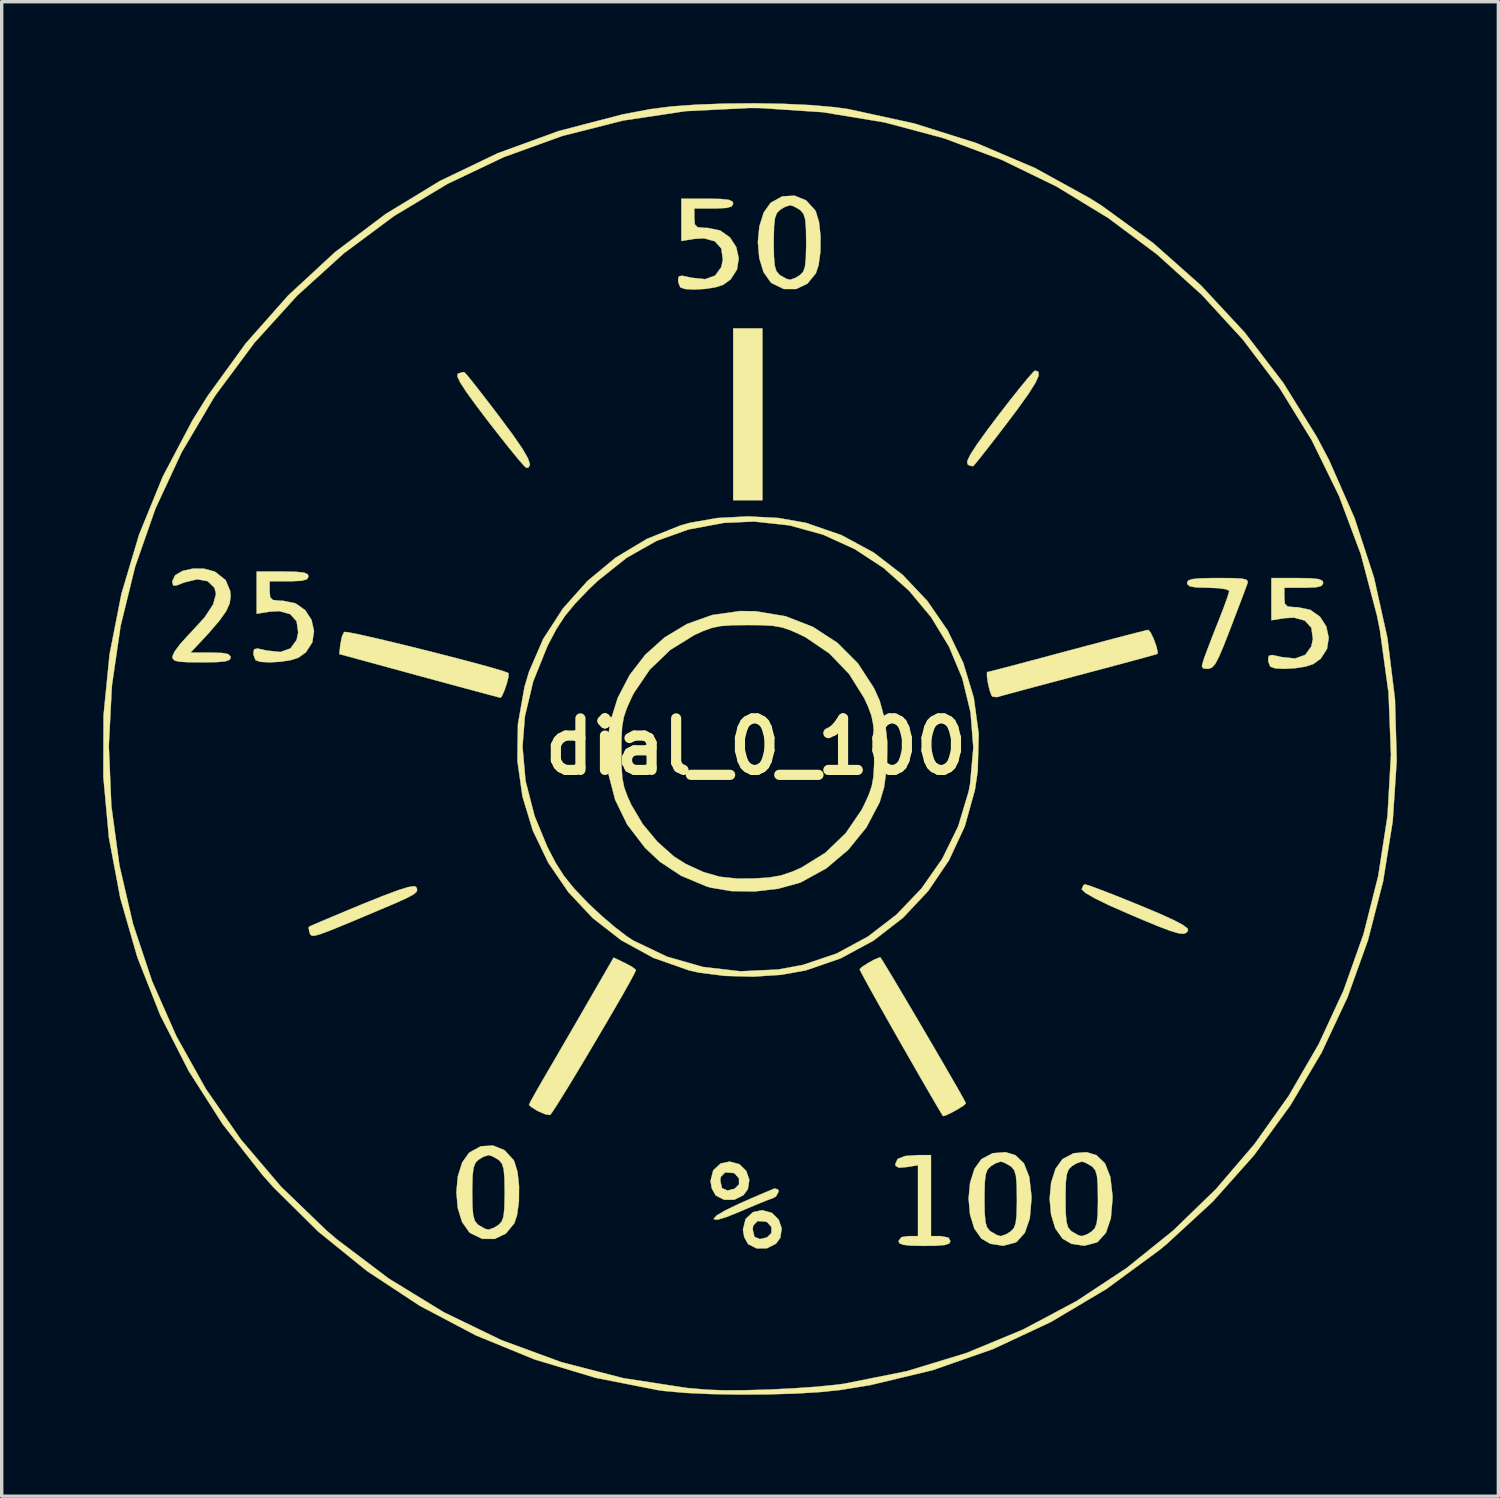
<source format=kicad_pcb>
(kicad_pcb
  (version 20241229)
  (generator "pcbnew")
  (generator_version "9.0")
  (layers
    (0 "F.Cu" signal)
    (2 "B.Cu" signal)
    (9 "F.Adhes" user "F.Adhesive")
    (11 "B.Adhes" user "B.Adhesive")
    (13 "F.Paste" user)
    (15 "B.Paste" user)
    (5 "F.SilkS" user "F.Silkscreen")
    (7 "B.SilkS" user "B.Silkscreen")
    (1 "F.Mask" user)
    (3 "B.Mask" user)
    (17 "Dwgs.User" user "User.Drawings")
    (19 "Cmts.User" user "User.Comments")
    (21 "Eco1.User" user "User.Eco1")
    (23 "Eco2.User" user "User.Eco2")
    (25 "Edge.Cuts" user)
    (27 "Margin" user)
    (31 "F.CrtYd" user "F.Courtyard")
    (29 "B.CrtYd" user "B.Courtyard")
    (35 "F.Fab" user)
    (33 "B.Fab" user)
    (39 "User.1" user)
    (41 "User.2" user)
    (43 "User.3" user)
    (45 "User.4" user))
  (footprint "dial_0_100"
    (layer "F.Cu")
    (at 19.299 19.024)
    (property "Reference" "dial_0_100" (at 0 0 0) (layer "F.SilkS") (effects (font (size 1.524 1.524) (thickness 0.3))))
    (attr through_hole)
    (fp_poly (pts (xy 0.192 -7.285) (xy -0.671 -7.285) (xy -0.671 -12.365) (xy 0.192 -12.365) (xy 0.192 -7.285)) (stroke (width 0.01) (type solid)) (fill yes) (layer "F.SilkS"))
    (fp_poly (pts (xy 0.655 13.094) (xy 0.671 13.158) (xy 0.592 13.302) (xy 0.503 13.349) (xy 0.343 13.407) (xy 0.058 13.522) (xy -0.301 13.673) (xy -0.455 13.74) (xy -0.873 13.909) (xy -1.133 13.987) (xy -1.241 13.974) (xy -1.246 13.957) (xy -1.16 13.861) (xy -0.901 13.71) (xy -0.467 13.501) (xy 0.146 13.234) (xy 0.551 13.064) (xy 0.655 13.094)) (stroke (width 0.01) (type solid)) (fill yes) (layer "F.SilkS"))
    (fp_poly (pts (xy 8.352 -11.083) (xy 8.359 -10.968) (xy 8.266 -10.759) (xy 8.068 -10.443) (xy 7.756 -10.006) (xy 7.468 -9.622) (xy 7.14 -9.193) (xy 6.85 -8.82) (xy 6.62 -8.528) (xy 6.469 -8.343) (xy 6.42 -8.29) (xy 6.307 -8.312) (xy 6.253 -8.355) (xy 6.25 -8.447) (xy 6.342 -8.637) (xy 6.537 -8.938) (xy 6.843 -9.363) (xy 7.164 -9.789) (xy 7.498 -10.221) (xy 7.794 -10.594) (xy 8.033 -10.885) (xy 8.193 -11.067) (xy 8.253 -11.118) (xy 8.352 -11.083)) (stroke (width 0.01) (type solid)) (fill yes) (layer "F.SilkS"))
    (fp_poly (pts (xy -8.612 -11.061) (xy -8.533 -10.974) (xy -8.359 -10.759) (xy -8.112 -10.443) (xy -7.811 -10.053) (xy -7.567 -9.732) (xy -7.174 -9.201) (xy -6.9 -8.802) (xy -6.738 -8.52) (xy -6.68 -8.343) (xy -6.72 -8.257) (xy -6.789 -8.243) (xy -6.867 -8.315) (xy -7.041 -8.516) (xy -7.29 -8.821) (xy -7.596 -9.206) (xy -7.899 -9.595) (xy -8.291 -10.113) (xy -8.57 -10.5) (xy -8.745 -10.77) (xy -8.824 -10.939) (xy -8.819 -11.021) (xy -8.811 -11.027) (xy -8.658 -11.073) (xy -8.612 -11.061)) (stroke (width 0.01) (type solid)) (fill yes) (layer "F.SilkS"))
    (fp_poly (pts (xy 5.176 14.473) (xy 5.463 14.473) (xy 5.692 14.516) (xy 5.751 14.617) (xy 5.715 14.691) (xy 5.584 14.735) (xy 5.324 14.756) (xy 4.984 14.761) (xy 4.591 14.754) (xy 4.355 14.729) (xy 4.242 14.681) (xy 4.217 14.617) (xy 4.303 14.503) (xy 4.505 14.473) (xy 4.792 14.473) (xy 4.792 12.377) (xy 4.457 12.431) (xy 4.225 12.45) (xy 4.131 12.395) (xy 4.122 12.339) (xy 4.192 12.189) (xy 4.413 12.104) (xy 4.8 12.077) (xy 5.176 12.077) (xy 5.176 14.473)) (stroke (width 0.01) (type solid)) (fill yes) (layer "F.SilkS"))
    (fp_poly (pts (xy 9.854 4.108) (xy 10.118 4.205) (xy 10.496 4.35) (xy 10.957 4.534) (xy 11.332 4.686) (xy 11.932 4.938) (xy 12.363 5.134) (xy 12.636 5.28) (xy 12.765 5.382) (xy 12.777 5.429) (xy 12.73 5.502) (xy 12.644 5.535) (xy 12.494 5.519) (xy 12.256 5.448) (xy 11.907 5.317) (xy 11.423 5.117) (xy 11.023 4.947) (xy 10.442 4.691) (xy 10.01 4.48) (xy 9.737 4.321) (xy 9.633 4.22) (xy 9.633 4.214) (xy 9.689 4.089) (xy 9.735 4.074) (xy 9.854 4.108)) (stroke (width 0.01) (type solid)) (fill yes) (layer "F.SilkS"))
    (fp_poly (pts (xy -0.486 12.347) (xy -0.285 12.546) (xy -0.195 12.81) (xy -0.238 13.084) (xy -0.367 13.26) (xy -0.634 13.395) (xy -0.937 13.399) (xy -1.188 13.271) (xy -1.191 13.268) (xy -1.304 13.062) (xy -1.342 12.844) (xy -1.339 12.833) (xy -1.054 12.833) (xy -1.003 13.055) (xy -0.841 13.124) (xy -0.631 13.073) (xy -0.5 12.944) (xy -0.5 12.767) (xy -0.624 12.624) (xy -0.67 12.604) (xy -0.911 12.589) (xy -1.039 12.721) (xy -1.054 12.833) (xy -1.339 12.833) (xy -1.262 12.526) (xy -1.043 12.325) (xy -0.775 12.269) (xy -0.486 12.347)) (stroke (width 0.01) (type solid)) (fill yes) (layer "F.SilkS"))
    (fp_poly (pts (xy 0.472 13.785) (xy 0.673 13.983) (xy 0.763 14.247) (xy 0.72 14.522) (xy 0.592 14.698) (xy 0.324 14.832) (xy 0.022 14.836) (xy -0.23 14.709) (xy -0.233 14.706) (xy -0.346 14.5) (xy -0.383 14.282) (xy -0.381 14.271) (xy -0.096 14.271) (xy -0.044 14.493) (xy 0.117 14.561) (xy 0.328 14.511) (xy 0.459 14.382) (xy 0.459 14.204) (xy 0.335 14.062) (xy 0.288 14.042) (xy 0.048 14.027) (xy -0.08 14.159) (xy -0.096 14.271) (xy -0.381 14.271) (xy -0.304 13.963) (xy -0.085 13.763) (xy 0.184 13.706) (xy 0.472 13.785)) (stroke (width 0.01) (type solid)) (fill yes) (layer "F.SilkS"))
    (fp_poly (pts (xy -12.071 -3.382) (xy -11.813 -3.333) (xy -11.43 -3.248) (xy -10.952 -3.137) (xy -10.409 -3.006) (xy -9.832 -2.863) (xy -9.25 -2.716) (xy -8.694 -2.572) (xy -8.193 -2.439) (xy -7.778 -2.324) (xy -7.48 -2.235) (xy -7.327 -2.179) (xy -7.315 -2.171) (xy -7.315 -2.066) (xy -7.365 -1.866) (xy -7.44 -1.647) (xy -7.514 -1.485) (xy -7.553 -1.446) (xy -7.66 -1.473) (xy -7.927 -1.544) (xy -8.327 -1.651) (xy -8.836 -1.788) (xy -9.428 -1.949) (xy -9.968 -2.096) (xy -12.317 -2.736) (xy -12.286 -3.021) (xy -12.239 -3.254) (xy -12.174 -3.39) (xy -12.071 -3.382)) (stroke (width 0.01) (type solid)) (fill yes) (layer "F.SilkS"))
    (fp_poly (pts (xy -10.048 4.148) (xy -10.014 4.224) (xy -10.033 4.294) (xy -10.129 4.374) (xy -10.327 4.479) (xy -10.65 4.625) (xy -11.125 4.827) (xy -11.168 4.845) (xy -11.804 5.113) (xy -12.287 5.314) (xy -12.637 5.455) (xy -12.877 5.544) (xy -13.031 5.587) (xy -13.119 5.592) (xy -13.164 5.567) (xy -13.19 5.519) (xy -13.194 5.507) (xy -13.225 5.362) (xy -13.215 5.328) (xy -13.119 5.282) (xy -12.875 5.177) (xy -12.513 5.024) (xy -12.062 4.835) (xy -11.649 4.664) (xy -11.041 4.419) (xy -10.59 4.25) (xy -10.284 4.154) (xy -10.106 4.126) (xy -10.048 4.148)) (stroke (width 0.01) (type solid)) (fill yes) (layer "F.SilkS"))
    (fp_poly (pts (xy -3.877 6.396) (xy -3.665 6.509) (xy -3.553 6.595) (xy -3.548 6.607) (xy -3.596 6.715) (xy -3.727 6.958) (xy -3.924 7.31) (xy -4.173 7.742) (xy -4.457 8.228) (xy -4.76 8.742) (xy -5.065 9.256) (xy -5.358 9.744) (xy -5.622 10.177) (xy -5.842 10.531) (xy -6 10.776) (xy -6.081 10.887) (xy -6.087 10.891) (xy -6.231 10.869) (xy -6.446 10.776) (xy -6.446 10.776) (xy -6.629 10.665) (xy -6.709 10.593) (xy -6.709 10.591) (xy -6.664 10.496) (xy -6.542 10.274) (xy -6.365 9.963) (xy -6.244 9.756) (xy -6.027 9.383) (xy -5.745 8.898) (xy -5.429 8.354) (xy -5.111 7.804) (xy -4.993 7.6) (xy -4.207 6.238) (xy -3.877 6.396)) (stroke (width 0.01) (type solid)) (fill yes) (layer "F.SilkS"))
    (fp_poly (pts (xy 3.731 6.309) (xy 3.865 6.527) (xy 4.064 6.857) (xy 4.312 7.275) (xy 4.594 7.751) (xy 4.895 8.262) (xy 5.197 8.778) (xy 5.487 9.275) (xy 5.748 9.726) (xy 5.965 10.103) (xy 6.122 10.382) (xy 6.203 10.534) (xy 6.208 10.544) (xy 6.146 10.608) (xy 5.978 10.715) (xy 5.773 10.828) (xy 5.599 10.908) (xy 5.532 10.924) (xy 5.481 10.843) (xy 5.348 10.618) (xy 5.145 10.271) (xy 4.886 9.823) (xy 4.584 9.296) (xy 4.289 8.782) (xy 3.959 8.201) (xy 3.662 7.676) (xy 3.412 7.229) (xy 3.221 6.882) (xy 3.102 6.659) (xy 3.067 6.583) (xy 3.142 6.509) (xy 3.315 6.398) (xy 3.512 6.291) (xy 3.659 6.232) (xy 3.677 6.23) (xy 3.731 6.309)) (stroke (width 0.01) (type solid)) (fill yes) (layer "F.SilkS"))
    (fp_poly (pts (xy 11.671 -3.372) (xy 11.76 -3.186) (xy 11.839 -2.968) (xy 11.879 -2.796) (xy 11.871 -2.743) (xy 11.773 -2.713) (xy 11.515 -2.641) (xy 11.122 -2.534) (xy 10.62 -2.399) (xy 10.035 -2.243) (xy 9.537 -2.111) (xy 8.899 -1.941) (xy 8.319 -1.787) (xy 7.826 -1.655) (xy 7.444 -1.552) (xy 7.202 -1.485) (xy 7.126 -1.463) (xy 6.992 -1.479) (xy 6.97 -1.503) (xy 6.913 -1.654) (xy 6.862 -1.871) (xy 6.831 -2.077) (xy 6.833 -2.197) (xy 6.842 -2.205) (xy 6.945 -2.228) (xy 7.207 -2.296) (xy 7.604 -2.399) (xy 8.109 -2.533) (xy 8.697 -2.69) (xy 9.209 -2.828) (xy 9.847 -2.998) (xy 10.423 -3.151) (xy 10.913 -3.28) (xy 11.29 -3.377) (xy 11.528 -3.435) (xy 11.602 -3.451) (xy 11.671 -3.372)) (stroke (width 0.01) (type solid)) (fill yes) (layer "F.SilkS"))
    (fp_poly (pts (xy 14.094 -4.981) (xy 14.359 -4.968) (xy 14.498 -4.938) (xy 14.543 -4.885) (xy 14.53 -4.816) (xy 14.474 -4.667) (xy 14.366 -4.378) (xy 14.218 -3.989) (xy 14.047 -3.54) (xy 14.022 -3.475) (xy 13.833 -2.99) (xy 13.692 -2.658) (xy 13.583 -2.451) (xy 13.489 -2.342) (xy 13.396 -2.303) (xy 13.357 -2.3) (xy 13.222 -2.312) (xy 13.185 -2.382) (xy 13.234 -2.561) (xy 13.269 -2.66) (xy 13.367 -2.923) (xy 13.509 -3.292) (xy 13.668 -3.694) (xy 13.696 -3.765) (xy 13.833 -4.118) (xy 13.937 -4.406) (xy 13.99 -4.579) (xy 13.994 -4.603) (xy 13.907 -4.651) (xy 13.678 -4.684) (xy 13.371 -4.697) (xy 13.021 -4.706) (xy 12.827 -4.74) (xy 12.752 -4.808) (xy 12.748 -4.84) (xy 12.78 -4.909) (xy 12.899 -4.952) (xy 13.135 -4.975) (xy 13.522 -4.984) (xy 13.669 -4.984) (xy 14.094 -4.981)) (stroke (width 0.01) (type solid)) (fill yes) (layer "F.SilkS"))
    (fp_poly (pts (xy -13.601 -5.169) (xy -13.364 -5.145) (xy -13.252 -5.096) (xy -13.227 -5.032) (xy -13.271 -4.949) (xy -13.428 -4.904) (xy -13.733 -4.889) (xy -13.802 -4.888) (xy -14.377 -4.888) (xy -14.377 -4.601) (xy -14.362 -4.417) (xy -14.281 -4.335) (xy -14.08 -4.314) (xy -13.99 -4.313) (xy -13.612 -4.236) (xy -13.324 -4.033) (xy -13.138 -3.745) (xy -13.065 -3.414) (xy -13.116 -3.081) (xy -13.304 -2.79) (xy -13.523 -2.631) (xy -13.752 -2.557) (xy -14.062 -2.509) (xy -14.384 -2.491) (xy -14.652 -2.507) (xy -14.793 -2.556) (xy -14.849 -2.698) (xy -14.857 -2.782) (xy -14.834 -2.879) (xy -14.734 -2.9) (xy -14.507 -2.851) (xy -14.468 -2.841) (xy -14.061 -2.797) (xy -13.761 -2.903) (xy -13.58 -3.153) (xy -13.533 -3.376) (xy -13.579 -3.704) (xy -13.771 -3.918) (xy -14.094 -4.006) (xy -14.379 -3.989) (xy -14.761 -3.928) (xy -14.761 -5.176) (xy -13.994 -5.176) (xy -13.601 -5.169)) (stroke (width 0.01) (type solid)) (fill yes) (layer "F.SilkS"))
    (fp_poly (pts (xy -1.044 -16.192) (xy -0.808 -16.167) (xy -0.695 -16.118) (xy -0.671 -16.055) (xy -0.715 -15.971) (xy -0.872 -15.926) (xy -1.177 -15.911) (xy -1.246 -15.911) (xy -1.821 -15.911) (xy -1.821 -15.623) (xy -1.806 -15.44) (xy -1.725 -15.358) (xy -1.523 -15.336) (xy -1.433 -15.336) (xy -1.056 -15.259) (xy -0.768 -15.055) (xy -0.581 -14.767) (xy -0.508 -14.436) (xy -0.56 -14.104) (xy -0.748 -13.812) (xy -0.967 -13.654) (xy -1.196 -13.58) (xy -1.505 -13.532) (xy -1.828 -13.514) (xy -2.096 -13.529) (xy -2.236 -13.579) (xy -2.293 -13.721) (xy -2.3 -13.805) (xy -2.278 -13.902) (xy -2.178 -13.922) (xy -1.951 -13.874) (xy -1.911 -13.863) (xy -1.505 -13.819) (xy -1.205 -13.926) (xy -1.024 -14.176) (xy -0.977 -14.399) (xy -1.023 -14.727) (xy -1.215 -14.941) (xy -1.538 -15.029) (xy -1.823 -15.011) (xy -2.205 -14.95) (xy -2.205 -16.198) (xy -1.438 -16.198) (xy -1.044 -16.192)) (stroke (width 0.01) (type solid)) (fill yes) (layer "F.SilkS"))
    (fp_poly (pts (xy 16.4 -4.977) (xy 16.636 -4.953) (xy 16.749 -4.904) (xy 16.774 -4.84) (xy 16.729 -4.757) (xy 16.573 -4.712) (xy 16.268 -4.697) (xy 16.198 -4.697) (xy 15.623 -4.697) (xy 15.623 -4.409) (xy 15.638 -4.225) (xy 15.719 -4.143) (xy 15.921 -4.122) (xy 16.011 -4.122) (xy 16.389 -4.044) (xy 16.677 -3.841) (xy 16.863 -3.553) (xy 16.936 -3.222) (xy 16.885 -2.89) (xy 16.697 -2.598) (xy 16.477 -2.44) (xy 16.249 -2.366) (xy 15.939 -2.318) (xy 15.616 -2.299) (xy 15.349 -2.315) (xy 15.208 -2.364) (xy 15.152 -2.506) (xy 15.144 -2.591) (xy 15.167 -2.687) (xy 15.267 -2.708) (xy 15.493 -2.66) (xy 15.533 -2.649) (xy 15.94 -2.605) (xy 16.24 -2.712) (xy 16.421 -2.961) (xy 16.468 -3.184) (xy 16.422 -3.513) (xy 16.23 -3.726) (xy 15.907 -3.814) (xy 15.622 -3.797) (xy 15.24 -3.736) (xy 15.24 -4.984) (xy 16.007 -4.984) (xy 16.4 -4.977)) (stroke (width 0.01) (type solid)) (fill yes) (layer "F.SilkS"))
    (fp_poly (pts (xy -16.317 -5.261) (xy -16.013 -5.178) (xy -15.977 -5.16) (xy -15.678 -4.923) (xy -15.543 -4.6) (xy -15.531 -4.44) (xy -15.559 -4.234) (xy -15.662 -4.006) (xy -15.86 -3.726) (xy -16.171 -3.364) (xy -16.379 -3.139) (xy -16.717 -2.78) (xy -16.122 -2.78) (xy -15.782 -2.769) (xy -15.596 -2.732) (xy -15.53 -2.66) (xy -15.528 -2.636) (xy -15.561 -2.566) (xy -15.684 -2.522) (xy -15.928 -2.499) (xy -16.328 -2.492) (xy -16.39 -2.492) (xy -16.802 -2.496) (xy -17.059 -2.513) (xy -17.195 -2.549) (xy -17.247 -2.613) (xy -17.253 -2.663) (xy -17.188 -2.809) (xy -17.016 -3.039) (xy -16.773 -3.308) (xy -16.728 -3.353) (xy -16.302 -3.818) (xy -16.047 -4.205) (xy -15.963 -4.516) (xy -16.006 -4.694) (xy -16.211 -4.892) (xy -16.519 -4.947) (xy -16.9 -4.854) (xy -16.904 -4.852) (xy -17.128 -4.766) (xy -17.227 -4.763) (xy -17.252 -4.851) (xy -17.253 -4.896) (xy -17.168 -5.069) (xy -16.948 -5.196) (xy -16.646 -5.263) (xy -16.317 -5.261)) (stroke (width 0.01) (type solid)) (fill yes) (layer "F.SilkS"))
    (fp_poly (pts (xy 7.673 12.08) (xy 7.924 12.321) (xy 8.082 12.723) (xy 8.146 13.275) (xy 8.147 13.371) (xy 8.098 13.945) (xy 7.953 14.37) (xy 7.717 14.636) (xy 7.673 14.662) (xy 7.31 14.757) (xy 6.93 14.699) (xy 6.667 14.545) (xy 6.456 14.246) (xy 6.33 13.833) (xy 6.289 13.371) (xy 6.757 13.371) (xy 6.763 13.786) (xy 6.786 14.053) (xy 6.835 14.216) (xy 6.918 14.317) (xy 6.943 14.337) (xy 7.131 14.444) (xy 7.237 14.473) (xy 7.392 14.421) (xy 7.53 14.337) (xy 7.622 14.244) (xy 7.678 14.099) (xy 7.706 13.861) (xy 7.716 13.485) (xy 7.716 13.371) (xy 7.71 12.956) (xy 7.687 12.689) (xy 7.638 12.526) (xy 7.555 12.424) (xy 7.53 12.405) (xy 7.342 12.298) (xy 7.237 12.269) (xy 7.081 12.321) (xy 6.943 12.405) (xy 6.851 12.498) (xy 6.795 12.642) (xy 6.767 12.881) (xy 6.758 13.257) (xy 6.757 13.371) (xy 6.289 13.371) (xy 6.288 13.363) (xy 6.332 12.894) (xy 6.461 12.484) (xy 6.666 12.197) (xy 6.999 12.021) (xy 7.382 11.991) (xy 7.673 12.08)) (stroke (width 0.01) (type solid)) (fill yes) (layer "F.SilkS"))
    (fp_poly (pts (xy 10.069 12.08) (xy 10.32 12.321) (xy 10.479 12.723) (xy 10.542 13.275) (xy 10.543 13.371) (xy 10.494 13.945) (xy 10.35 14.37) (xy 10.113 14.636) (xy 10.069 14.662) (xy 9.706 14.757) (xy 9.326 14.699) (xy 9.063 14.545) (xy 8.852 14.246) (xy 8.726 13.833) (xy 8.685 13.371) (xy 9.154 13.371) (xy 9.159 13.786) (xy 9.183 14.053) (xy 9.231 14.216) (xy 9.314 14.317) (xy 9.34 14.337) (xy 9.527 14.444) (xy 9.633 14.473) (xy 9.789 14.421) (xy 9.926 14.337) (xy 10.018 14.244) (xy 10.074 14.099) (xy 10.103 13.861) (xy 10.112 13.485) (xy 10.112 13.371) (xy 10.106 12.956) (xy 10.083 12.689) (xy 10.034 12.526) (xy 9.951 12.424) (xy 9.926 12.405) (xy 9.738 12.298) (xy 9.633 12.269) (xy 9.477 12.321) (xy 9.34 12.405) (xy 9.248 12.498) (xy 9.191 12.642) (xy 9.163 12.881) (xy 9.154 13.257) (xy 9.154 13.371) (xy 8.685 13.371) (xy 8.685 13.363) (xy 8.728 12.894) (xy 8.857 12.484) (xy 9.062 12.197) (xy 9.395 12.021) (xy 9.778 11.991) (xy 10.069 12.08)) (stroke (width 0.01) (type solid)) (fill yes) (layer "F.SilkS"))
    (fp_poly (pts (xy -7.431 11.933) (xy -7.167 12.221) (xy -7.142 12.267) (xy -7.048 12.576) (xy -7.003 12.994) (xy -7.007 13.443) (xy -7.061 13.847) (xy -7.142 14.092) (xy -7.393 14.397) (xy -7.725 14.555) (xy -8.089 14.554) (xy -8.437 14.387) (xy -8.478 14.353) (xy -8.688 14.054) (xy -8.815 13.641) (xy -8.855 13.179) (xy -8.387 13.179) (xy -8.381 13.594) (xy -8.358 13.862) (xy -8.309 14.024) (xy -8.226 14.126) (xy -8.201 14.145) (xy -8.013 14.253) (xy -7.908 14.282) (xy -7.752 14.229) (xy -7.614 14.145) (xy -7.522 14.052) (xy -7.466 13.908) (xy -7.438 13.669) (xy -7.429 13.293) (xy -7.428 13.179) (xy -7.434 12.764) (xy -7.457 12.497) (xy -7.506 12.334) (xy -7.589 12.233) (xy -7.614 12.213) (xy -7.802 12.106) (xy -7.908 12.077) (xy -8.063 12.129) (xy -8.201 12.213) (xy -8.293 12.306) (xy -8.349 12.451) (xy -8.377 12.689) (xy -8.387 13.066) (xy -8.387 13.179) (xy -8.855 13.179) (xy -8.856 13.172) (xy -8.812 12.703) (xy -8.683 12.292) (xy -8.478 12.005) (xy -8.135 11.816) (xy -7.77 11.795) (xy -7.431 11.933)) (stroke (width 0.01) (type solid)) (fill yes) (layer "F.SilkS"))
    (fp_poly (pts (xy 1.483 -16.151) (xy 1.747 -15.863) (xy 1.772 -15.817) (xy 1.866 -15.508) (xy 1.911 -15.09) (xy 1.907 -14.641) (xy 1.853 -14.236) (xy 1.772 -13.992) (xy 1.521 -13.687) (xy 1.189 -13.529) (xy 0.825 -13.529) (xy 0.477 -13.697) (xy 0.436 -13.73) (xy 0.225 -14.029) (xy 0.099 -14.442) (xy 0.059 -14.905) (xy 0.527 -14.905) (xy 0.533 -14.489) (xy 0.556 -14.222) (xy 0.605 -14.06) (xy 0.688 -13.958) (xy 0.713 -13.938) (xy 0.901 -13.831) (xy 1.006 -13.802) (xy 1.162 -13.855) (xy 1.3 -13.938) (xy 1.392 -14.032) (xy 1.448 -14.176) (xy 1.476 -14.415) (xy 1.485 -14.791) (xy 1.486 -14.905) (xy 1.48 -15.32) (xy 1.457 -15.587) (xy 1.408 -15.749) (xy 1.325 -15.851) (xy 1.3 -15.871) (xy 1.112 -15.978) (xy 1.006 -16.007) (xy 0.851 -15.954) (xy 0.713 -15.871) (xy 0.621 -15.777) (xy 0.565 -15.633) (xy 0.537 -15.394) (xy 0.527 -15.018) (xy 0.527 -14.905) (xy 0.059 -14.905) (xy 0.058 -14.912) (xy 0.102 -15.381) (xy 0.231 -15.791) (xy 0.436 -16.079) (xy 0.779 -16.268) (xy 1.144 -16.289) (xy 1.483 -16.151)) (stroke (width 0.01) (type solid)) (fill yes) (layer "F.SilkS"))
    (fp_poly (pts (xy -0.008 -4.002) (xy 0.875 -3.855) (xy 1.687 -3.539) (xy 2.407 -3.07) (xy 3.015 -2.462) (xy 3.491 -1.73) (xy 3.656 -1.366) (xy 3.81 -0.804) (xy 3.884 -0.141) (xy 3.877 0.551) (xy 3.79 1.199) (xy 3.659 1.644) (xy 3.267 2.388) (xy 2.729 3.052) (xy 2.08 3.6) (xy 1.354 3.999) (xy 1.27 4.033) (xy 0.656 4.202) (xy -0.035 4.282) (xy -0.727 4.272) (xy -1.346 4.167) (xy -1.457 4.134) (xy -2.21 3.819) (xy -2.842 3.402) (xy -3.277 2.993) (xy -3.804 2.306) (xy -4.162 1.571) (xy -4.36 0.809) (xy -4.4 0.144) (xy -3.978 0.144) (xy -3.972 0.606) (xy -3.948 0.94) (xy -3.893 1.209) (xy -3.795 1.477) (xy -3.682 1.726) (xy -3.347 2.29) (xy -2.91 2.816) (xy -2.423 3.249) (xy -2.073 3.47) (xy -1.55 3.709) (xy -1.072 3.847) (xy -0.556 3.902) (xy -0.094 3.9) (xy 0.376 3.872) (xy 0.739 3.81) (xy 1.079 3.696) (xy 1.344 3.578) (xy 2.05 3.141) (xy 2.656 2.559) (xy 3.128 1.866) (xy 3.199 1.725) (xy 3.34 1.416) (xy 3.428 1.156) (xy 3.476 0.882) (xy 3.495 0.531) (xy 3.498 0.144) (xy 3.493 -0.317) (xy 3.469 -0.649) (xy 3.415 -0.916) (xy 3.318 -1.18) (xy 3.199 -1.438) (xy 2.755 -2.149) (xy 2.167 -2.758) (xy 1.471 -3.23) (xy 1.342 -3.295) (xy 1.033 -3.436) (xy 0.773 -3.524) (xy 0.498 -3.572) (xy 0.147 -3.591) (xy -0.24 -3.594) (xy -0.702 -3.589) (xy -1.036 -3.565) (xy -1.305 -3.51) (xy -1.573 -3.412) (xy -1.821 -3.299) (xy -2.531 -2.86) (xy -3.139 -2.276) (xy -3.609 -1.584) (xy -3.682 -1.438) (xy -3.821 -1.127) (xy -3.908 -0.864) (xy -3.956 -0.586) (xy -3.975 -0.229) (xy -3.978 0.144) (xy -4.4 0.144) (xy -4.406 0.039) (xy -4.312 -0.718) (xy -4.085 -1.443) (xy -3.734 -2.116) (xy -3.271 -2.717) (xy -2.702 -3.227) (xy -2.039 -3.625) (xy -1.289 -3.892) (xy -0.463 -4.008) (xy -0.008 -4.002)) (stroke (width 0.01) (type solid)) (fill yes) (layer "F.SilkS"))
    (fp_poly (pts (xy 0.667 -6.759) (xy 1.474 -6.617) (xy 2.528 -6.253) (xy 3.486 -5.735) (xy 4.336 -5.08) (xy 5.068 -4.307) (xy 5.67 -3.432) (xy 6.131 -2.474) (xy 6.441 -1.45) (xy 6.587 -0.378) (xy 6.558 0.725) (xy 6.475 1.281) (xy 6.175 2.359) (xy 5.709 3.36) (xy 5.094 4.268) (xy 4.345 5.064) (xy 3.479 5.734) (xy 2.511 6.258) (xy 1.474 6.617) (xy 0.743 6.747) (xy -0.08 6.801) (xy -0.916 6.779) (xy -1.687 6.681) (xy -1.978 6.615) (xy -3.03 6.246) (xy -3.982 5.725) (xy -4.823 5.071) (xy -5.546 4.301) (xy -6.139 3.433) (xy -6.595 2.485) (xy -6.902 1.474) (xy -7.052 0.418) (xy -7.046 0) (xy -6.901 0) (xy -6.811 1.014) (xy -6.544 2.051) (xy -6.167 2.964) (xy -5.92 3.439) (xy -5.675 3.823) (xy -5.384 4.185) (xy -4.998 4.592) (xy -4.948 4.642) (xy -4.571 4.995) (xy -4.177 5.332) (xy -3.82 5.606) (xy -3.626 5.734) (xy -2.627 6.211) (xy -1.562 6.515) (xy -0.459 6.643) (xy 0.656 6.59) (xy 1.39 6.454) (xy 2.387 6.117) (xy 3.316 5.614) (xy 4.158 4.966) (xy 4.896 4.193) (xy 5.509 3.317) (xy 5.98 2.356) (xy 6.289 1.331) (xy 6.332 1.108) (xy 6.428 0.032) (xy 6.346 -1.015) (xy 6.102 -2.017) (xy 5.708 -2.959) (xy 5.179 -3.828) (xy 4.529 -4.608) (xy 3.771 -5.284) (xy 2.92 -5.841) (xy 1.99 -6.265) (xy 0.994 -6.541) (xy -0.054 -6.655) (xy -0.947 -6.615) (xy -1.99 -6.421) (xy -2.939 -6.082) (xy -3.822 -5.583) (xy -4.666 -4.91) (xy -4.948 -4.642) (xy -5.348 -4.226) (xy -5.647 -3.862) (xy -5.894 -3.484) (xy -6.139 -3.022) (xy -6.167 -2.964) (xy -6.583 -1.932) (xy -6.83 -0.895) (xy -6.901 0) (xy -7.046 0) (xy -7.036 -0.666) (xy -6.843 -1.759) (xy -6.709 -2.212) (xy -6.288 -3.185) (xy -5.704 -4.086) (xy -4.983 -4.894) (xy -4.147 -5.587) (xy -3.219 -6.143) (xy -2.224 -6.541) (xy -1.96 -6.615) (xy -1.138 -6.759) (xy -0.235 -6.807) (xy 0.667 -6.759)) (stroke (width 0.01) (type solid)) (fill yes) (layer "F.SilkS"))
    (fp_poly (pts (xy 0.825 -19.004) (xy 1.634 -18.966) (xy 2.336 -18.904) (xy 2.728 -18.849) (xy 4.679 -18.424) (xy 6.519 -17.844) (xy 8.249 -17.107) (xy 9.873 -16.213) (xy 10.233 -15.985) (xy 11.753 -14.881) (xy 13.163 -13.63) (xy 14.448 -12.248) (xy 15.593 -10.753) (xy 16.581 -9.161) (xy 16.944 -8.473) (xy 17.699 -6.757) (xy 18.274 -4.998) (xy 18.671 -3.21) (xy 18.894 -1.405) (xy 18.946 0.403) (xy 18.828 2.202) (xy 18.544 3.979) (xy 18.097 5.721) (xy 17.489 7.415) (xy 16.723 9.048) (xy 15.802 10.607) (xy 14.728 12.081) (xy 13.505 13.455) (xy 12.135 14.716) (xy 11.933 14.882) (xy 10.363 16.035) (xy 8.718 17.013) (xy 7.003 17.814) (xy 5.224 18.436) (xy 3.383 18.877) (xy 2.506 19.02) (xy 1.896 19.084) (xy 1.156 19.128) (xy 0.338 19.152) (xy -0.509 19.157) (xy -1.333 19.142) (xy -2.084 19.107) (xy -2.711 19.051) (xy -2.875 19.029) (xy -4.735 18.663) (xy -6.54 18.12) (xy -8.278 17.408) (xy -9.934 16.535) (xy -11.494 15.508) (xy -12.943 14.336) (xy -14.268 13.025) (xy -14.591 12.662) (xy -15.765 11.164) (xy -16.773 9.585) (xy -17.614 7.935) (xy -18.288 6.228) (xy -18.793 4.476) (xy -19.129 2.692) (xy -19.294 0.888) (xy -19.291 -0.023) (xy -19.132 -0.023) (xy -19.057 1.752) (xy -18.818 3.511) (xy -18.417 5.24) (xy -17.855 6.928) (xy -17.135 8.562) (xy -16.259 10.128) (xy -15.228 11.615) (xy -14.043 13.008) (xy -12.708 14.296) (xy -12.39 14.568) (xy -10.854 15.728) (xy -9.229 16.723) (xy -7.524 17.548) (xy -5.752 18.199) (xy -3.922 18.672) (xy -2.048 18.961) (xy -1.438 19.014) (xy -0.944 19.032) (xy -0.318 19.029) (xy 0.386 19.009) (xy 1.109 18.973) (xy 1.795 18.925) (xy 2.387 18.866) (xy 2.624 18.834) (xy 4.464 18.465) (xy 6.225 17.928) (xy 7.9 17.234) (xy 9.482 16.392) (xy 10.964 15.413) (xy 12.34 14.305) (xy 13.602 13.081) (xy 14.743 11.748) (xy 15.757 10.318) (xy 16.637 8.8) (xy 17.375 7.204) (xy 17.965 5.541) (xy 18.4 3.82) (xy 18.673 2.051) (xy 18.776 0.245) (xy 18.704 -1.59) (xy 18.449 -3.442) (xy 18.361 -3.88) (xy 17.884 -5.688) (xy 17.238 -7.416) (xy 16.436 -9.054) (xy 15.486 -10.596) (xy 14.399 -12.032) (xy 13.185 -13.355) (xy 11.854 -14.557) (xy 10.417 -15.629) (xy 8.883 -16.563) (xy 7.262 -17.351) (xy 5.565 -17.985) (xy 3.801 -18.456) (xy 1.981 -18.757) (xy 0.115 -18.88) (xy -0.192 -18.882) (xy -2.077 -18.788) (xy -3.923 -18.511) (xy -5.72 -18.056) (xy -7.456 -17.429) (xy -9.12 -16.637) (xy -10.701 -15.686) (xy -12.186 -14.582) (xy -13.566 -13.331) (xy -14.828 -11.938) (xy -15.962 -10.412) (xy -16.033 -10.304) (xy -16.981 -8.698) (xy -17.755 -7.032) (xy -18.354 -5.319) (xy -18.783 -3.572) (xy -19.041 -1.802) (xy -19.132 -0.023) (xy -19.291 -0.023) (xy -19.288 -0.923) (xy -19.11 -2.728) (xy -18.759 -4.516) (xy -18.235 -6.273) (xy -17.535 -7.987) (xy -16.66 -9.645) (xy -16.22 -10.352) (xy -15.089 -11.914) (xy -13.83 -13.337) (xy -12.448 -14.616) (xy -10.95 -15.745) (xy -9.345 -16.722) (xy -7.637 -17.542) (xy -5.835 -18.199) (xy -3.944 -18.691) (xy -3.115 -18.848) (xy -2.505 -18.926) (xy -1.757 -18.98) (xy -0.92 -19.011) (xy -0.043 -19.019) (xy 0.825 -19.004)) (stroke (width 0.01) (type solid)) (fill yes) (layer "F.SilkS")))
  (gr_rect
    (start -3 -3)
    (end 41.25 41.186)
    (stroke (width 0.1) (type default))
    (fill no)
    (layer "Edge.Cuts")))
</source>
